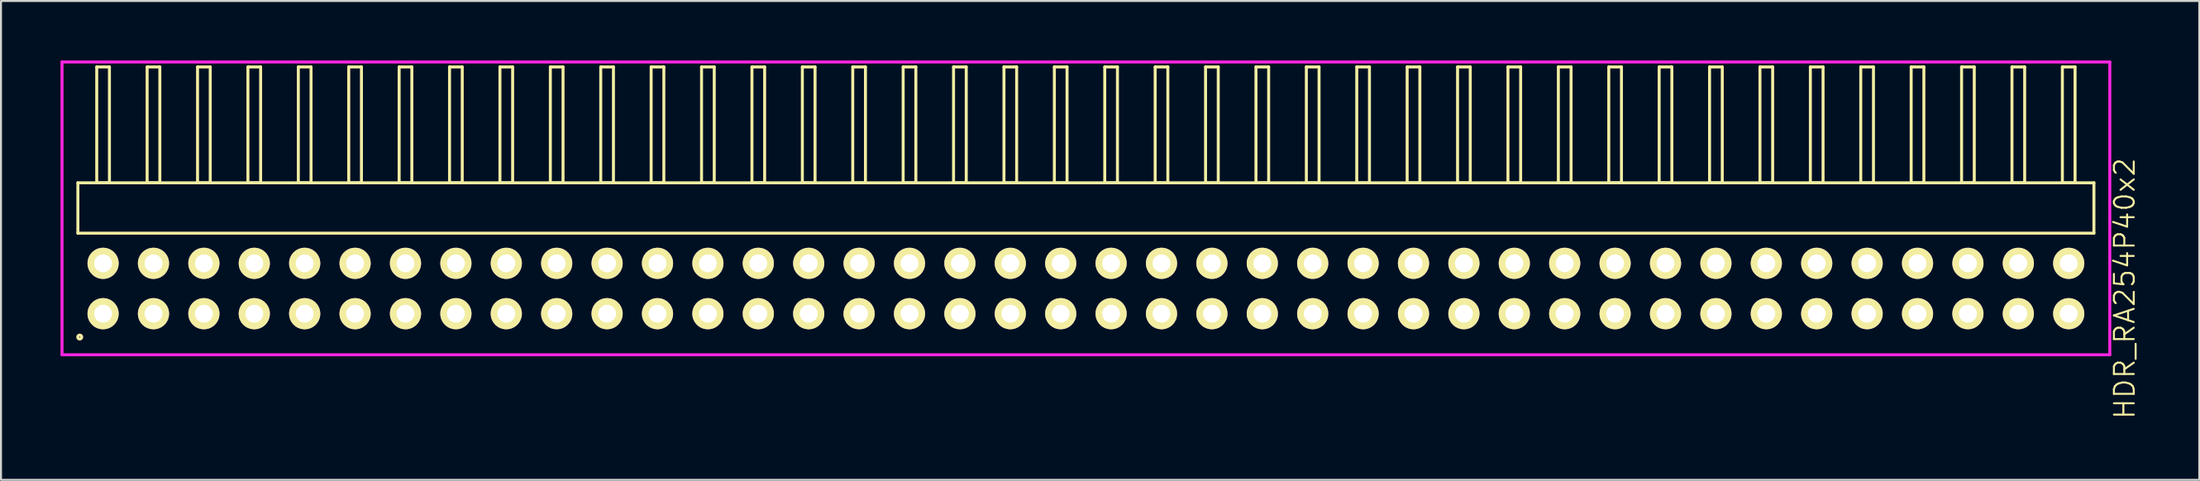
<source format=kicad_pcb>
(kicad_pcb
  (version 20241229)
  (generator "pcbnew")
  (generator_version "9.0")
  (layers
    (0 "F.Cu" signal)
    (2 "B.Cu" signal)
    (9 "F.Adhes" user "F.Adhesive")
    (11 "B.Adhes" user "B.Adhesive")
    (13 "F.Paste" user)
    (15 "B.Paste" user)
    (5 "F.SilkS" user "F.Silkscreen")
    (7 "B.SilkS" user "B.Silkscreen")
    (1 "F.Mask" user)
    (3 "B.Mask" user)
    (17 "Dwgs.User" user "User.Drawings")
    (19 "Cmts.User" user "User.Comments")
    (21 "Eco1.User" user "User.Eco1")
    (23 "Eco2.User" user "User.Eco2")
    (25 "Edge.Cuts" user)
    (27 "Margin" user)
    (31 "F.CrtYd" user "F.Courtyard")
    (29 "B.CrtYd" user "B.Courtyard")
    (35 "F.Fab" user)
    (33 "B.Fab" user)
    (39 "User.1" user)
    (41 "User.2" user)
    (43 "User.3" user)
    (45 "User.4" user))
  (footprint "HDR_RA254P40x2"
    (layer "F.Cu")
    (at 51.675 11.495)
    (property "Reference" "HDR_RA254P40x2" (at 52.35 0 90) (layer "F.SilkS") (effects (font (size 1 1) (thickness 0.1))))
    (attr through_hole)
    (fp_line (start -50.8 -5.33) (end -50.8 -2.79) (stroke (width 0.15) (type solid)) (layer "F.SilkS"))
    (fp_line (start -50.8 -2.79) (end 50.8 -2.79) (stroke (width 0.15) (type solid)) (layer "F.SilkS"))
    (fp_line (start -49.85 -11.17) (end -49.85 -5.33) (stroke (width 0.15) (type solid)) (layer "F.SilkS"))
    (fp_line (start -49.85 -5.33) (end -49.21 -5.33) (stroke (width 0.15) (type solid)) (layer "F.SilkS"))
    (fp_line (start -49.21 -11.17) (end -49.85 -11.17) (stroke (width 0.15) (type solid)) (layer "F.SilkS"))
    (fp_line (start -49.21 -5.33) (end -49.21 -11.17) (stroke (width 0.15) (type solid)) (layer "F.SilkS"))
    (fp_line (start -47.31 -11.17) (end -47.31 -5.33) (stroke (width 0.15) (type solid)) (layer "F.SilkS"))
    (fp_line (start -47.31 -5.33) (end -46.67 -5.33) (stroke (width 0.15) (type solid)) (layer "F.SilkS"))
    (fp_line (start -46.67 -11.17) (end -47.31 -11.17) (stroke (width 0.15) (type solid)) (layer "F.SilkS"))
    (fp_line (start -46.67 -5.33) (end -46.67 -11.17) (stroke (width 0.15) (type solid)) (layer "F.SilkS"))
    (fp_line (start -44.77 -11.17) (end -44.77 -5.33) (stroke (width 0.15) (type solid)) (layer "F.SilkS"))
    (fp_line (start -44.77 -5.33) (end -44.13 -5.33) (stroke (width 0.15) (type solid)) (layer "F.SilkS"))
    (fp_line (start -44.13 -11.17) (end -44.77 -11.17) (stroke (width 0.15) (type solid)) (layer "F.SilkS"))
    (fp_line (start -44.13 -5.33) (end -44.13 -11.17) (stroke (width 0.15) (type solid)) (layer "F.SilkS"))
    (fp_line (start -42.23 -11.17) (end -42.23 -5.33) (stroke (width 0.15) (type solid)) (layer "F.SilkS"))
    (fp_line (start -42.23 -5.33) (end -41.59 -5.33) (stroke (width 0.15) (type solid)) (layer "F.SilkS"))
    (fp_line (start -41.59 -11.17) (end -42.23 -11.17) (stroke (width 0.15) (type solid)) (layer "F.SilkS"))
    (fp_line (start -41.59 -5.33) (end -41.59 -11.17) (stroke (width 0.15) (type solid)) (layer "F.SilkS"))
    (fp_line (start -39.69 -11.17) (end -39.69 -5.33) (stroke (width 0.15) (type solid)) (layer "F.SilkS"))
    (fp_line (start -39.69 -5.33) (end -39.05 -5.33) (stroke (width 0.15) (type solid)) (layer "F.SilkS"))
    (fp_line (start -39.05 -11.17) (end -39.69 -11.17) (stroke (width 0.15) (type solid)) (layer "F.SilkS"))
    (fp_line (start -39.05 -5.33) (end -39.05 -11.17) (stroke (width 0.15) (type solid)) (layer "F.SilkS"))
    (fp_line (start -37.15 -11.17) (end -37.15 -5.33) (stroke (width 0.15) (type solid)) (layer "F.SilkS"))
    (fp_line (start -37.15 -5.33) (end -36.51 -5.33) (stroke (width 0.15) (type solid)) (layer "F.SilkS"))
    (fp_line (start -36.51 -11.17) (end -37.15 -11.17) (stroke (width 0.15) (type solid)) (layer "F.SilkS"))
    (fp_line (start -36.51 -5.33) (end -36.51 -11.17) (stroke (width 0.15) (type solid)) (layer "F.SilkS"))
    (fp_line (start -34.61 -11.17) (end -34.61 -5.33) (stroke (width 0.15) (type solid)) (layer "F.SilkS"))
    (fp_line (start -34.61 -5.33) (end -33.97 -5.33) (stroke (width 0.15) (type solid)) (layer "F.SilkS"))
    (fp_line (start -33.97 -11.17) (end -34.61 -11.17) (stroke (width 0.15) (type solid)) (layer "F.SilkS"))
    (fp_line (start -33.97 -5.33) (end -33.97 -11.17) (stroke (width 0.15) (type solid)) (layer "F.SilkS"))
    (fp_line (start -32.07 -11.17) (end -32.07 -5.33) (stroke (width 0.15) (type solid)) (layer "F.SilkS"))
    (fp_line (start -32.07 -5.33) (end -31.43 -5.33) (stroke (width 0.15) (type solid)) (layer "F.SilkS"))
    (fp_line (start -31.43 -11.17) (end -32.07 -11.17) (stroke (width 0.15) (type solid)) (layer "F.SilkS"))
    (fp_line (start -31.43 -5.33) (end -31.43 -11.17) (stroke (width 0.15) (type solid)) (layer "F.SilkS"))
    (fp_line (start -29.53 -11.17) (end -29.53 -5.33) (stroke (width 0.15) (type solid)) (layer "F.SilkS"))
    (fp_line (start -29.53 -5.33) (end -28.89 -5.33) (stroke (width 0.15) (type solid)) (layer "F.SilkS"))
    (fp_line (start -28.89 -11.17) (end -29.53 -11.17) (stroke (width 0.15) (type solid)) (layer "F.SilkS"))
    (fp_line (start -28.89 -5.33) (end -28.89 -11.17) (stroke (width 0.15) (type solid)) (layer "F.SilkS"))
    (fp_line (start -26.99 -11.17) (end -26.99 -5.33) (stroke (width 0.15) (type solid)) (layer "F.SilkS"))
    (fp_line (start -26.99 -5.33) (end -26.35 -5.33) (stroke (width 0.15) (type solid)) (layer "F.SilkS"))
    (fp_line (start -26.35 -11.17) (end -26.99 -11.17) (stroke (width 0.15) (type solid)) (layer "F.SilkS"))
    (fp_line (start -26.35 -5.33) (end -26.35 -11.17) (stroke (width 0.15) (type solid)) (layer "F.SilkS"))
    (fp_line (start -24.45 -11.17) (end -24.45 -5.33) (stroke (width 0.15) (type solid)) (layer "F.SilkS"))
    (fp_line (start -24.45 -5.33) (end -23.81 -5.33) (stroke (width 0.15) (type solid)) (layer "F.SilkS"))
    (fp_line (start -23.81 -11.17) (end -24.45 -11.17) (stroke (width 0.15) (type solid)) (layer "F.SilkS"))
    (fp_line (start -23.81 -5.33) (end -23.81 -11.17) (stroke (width 0.15) (type solid)) (layer "F.SilkS"))
    (fp_line (start -21.91 -11.17) (end -21.91 -5.33) (stroke (width 0.15) (type solid)) (layer "F.SilkS"))
    (fp_line (start -21.91 -5.33) (end -21.27 -5.33) (stroke (width 0.15) (type solid)) (layer "F.SilkS"))
    (fp_line (start -21.27 -11.17) (end -21.91 -11.17) (stroke (width 0.15) (type solid)) (layer "F.SilkS"))
    (fp_line (start -21.27 -5.33) (end -21.27 -11.17) (stroke (width 0.15) (type solid)) (layer "F.SilkS"))
    (fp_line (start -19.37 -11.17) (end -19.37 -5.33) (stroke (width 0.15) (type solid)) (layer "F.SilkS"))
    (fp_line (start -19.37 -5.33) (end -18.73 -5.33) (stroke (width 0.15) (type solid)) (layer "F.SilkS"))
    (fp_line (start -18.73 -11.17) (end -19.37 -11.17) (stroke (width 0.15) (type solid)) (layer "F.SilkS"))
    (fp_line (start -18.73 -5.33) (end -18.73 -11.17) (stroke (width 0.15) (type solid)) (layer "F.SilkS"))
    (fp_line (start -16.83 -11.17) (end -16.83 -5.33) (stroke (width 0.15) (type solid)) (layer "F.SilkS"))
    (fp_line (start -16.83 -5.33) (end -16.19 -5.33) (stroke (width 0.15) (type solid)) (layer "F.SilkS"))
    (fp_line (start -16.19 -11.17) (end -16.83 -11.17) (stroke (width 0.15) (type solid)) (layer "F.SilkS"))
    (fp_line (start -16.19 -5.33) (end -16.19 -11.17) (stroke (width 0.15) (type solid)) (layer "F.SilkS"))
    (fp_line (start -14.29 -11.17) (end -14.29 -5.33) (stroke (width 0.15) (type solid)) (layer "F.SilkS"))
    (fp_line (start -14.29 -5.33) (end -13.65 -5.33) (stroke (width 0.15) (type solid)) (layer "F.SilkS"))
    (fp_line (start -13.65 -11.17) (end -14.29 -11.17) (stroke (width 0.15) (type solid)) (layer "F.SilkS"))
    (fp_line (start -13.65 -5.33) (end -13.65 -11.17) (stroke (width 0.15) (type solid)) (layer "F.SilkS"))
    (fp_line (start -11.75 -11.17) (end -11.75 -5.33) (stroke (width 0.15) (type solid)) (layer "F.SilkS"))
    (fp_line (start -11.75 -5.33) (end -11.11 -5.33) (stroke (width 0.15) (type solid)) (layer "F.SilkS"))
    (fp_line (start -11.11 -11.17) (end -11.75 -11.17) (stroke (width 0.15) (type solid)) (layer "F.SilkS"))
    (fp_line (start -11.11 -5.33) (end -11.11 -11.17) (stroke (width 0.15) (type solid)) (layer "F.SilkS"))
    (fp_line (start -9.21 -11.17) (end -9.21 -5.33) (stroke (width 0.15) (type solid)) (layer "F.SilkS"))
    (fp_line (start -9.21 -5.33) (end -8.57 -5.33) (stroke (width 0.15) (type solid)) (layer "F.SilkS"))
    (fp_line (start -8.57 -11.17) (end -9.21 -11.17) (stroke (width 0.15) (type solid)) (layer "F.SilkS"))
    (fp_line (start -8.57 -5.33) (end -8.57 -11.17) (stroke (width 0.15) (type solid)) (layer "F.SilkS"))
    (fp_line (start -6.67 -11.17) (end -6.67 -5.33) (stroke (width 0.15) (type solid)) (layer "F.SilkS"))
    (fp_line (start -6.67 -5.33) (end -6.03 -5.33) (stroke (width 0.15) (type solid)) (layer "F.SilkS"))
    (fp_line (start -6.03 -11.17) (end -6.67 -11.17) (stroke (width 0.15) (type solid)) (layer "F.SilkS"))
    (fp_line (start -6.03 -5.33) (end -6.03 -11.17) (stroke (width 0.15) (type solid)) (layer "F.SilkS"))
    (fp_line (start -4.13 -11.17) (end -4.13 -5.33) (stroke (width 0.15) (type solid)) (layer "F.SilkS"))
    (fp_line (start -4.13 -5.33) (end -3.49 -5.33) (stroke (width 0.15) (type solid)) (layer "F.SilkS"))
    (fp_line (start -3.49 -11.17) (end -4.13 -11.17) (stroke (width 0.15) (type solid)) (layer "F.SilkS"))
    (fp_line (start -3.49 -5.33) (end -3.49 -11.17) (stroke (width 0.15) (type solid)) (layer "F.SilkS"))
    (fp_line (start -1.59 -11.17) (end -1.59 -5.33) (stroke (width 0.15) (type solid)) (layer "F.SilkS"))
    (fp_line (start -1.59 -5.33) (end -0.95 -5.33) (stroke (width 0.15) (type solid)) (layer "F.SilkS"))
    (fp_line (start -0.95 -11.17) (end -1.59 -11.17) (stroke (width 0.15) (type solid)) (layer "F.SilkS"))
    (fp_line (start -0.95 -5.33) (end -0.95 -11.17) (stroke (width 0.15) (type solid)) (layer "F.SilkS"))
    (fp_line (start 0.95 -11.17) (end 0.95 -5.33) (stroke (width 0.15) (type solid)) (layer "F.SilkS"))
    (fp_line (start 0.95 -5.33) (end 1.59 -5.33) (stroke (width 0.15) (type solid)) (layer "F.SilkS"))
    (fp_line (start 1.59 -11.17) (end 0.95 -11.17) (stroke (width 0.15) (type solid)) (layer "F.SilkS"))
    (fp_line (start 1.59 -5.33) (end 1.59 -11.17) (stroke (width 0.15) (type solid)) (layer "F.SilkS"))
    (fp_line (start 3.49 -11.17) (end 3.49 -5.33) (stroke (width 0.15) (type solid)) (layer "F.SilkS"))
    (fp_line (start 3.49 -5.33) (end 4.13 -5.33) (stroke (width 0.15) (type solid)) (layer "F.SilkS"))
    (fp_line (start 4.13 -11.17) (end 3.49 -11.17) (stroke (width 0.15) (type solid)) (layer "F.SilkS"))
    (fp_line (start 4.13 -5.33) (end 4.13 -11.17) (stroke (width 0.15) (type solid)) (layer "F.SilkS"))
    (fp_line (start 6.03 -11.17) (end 6.03 -5.33) (stroke (width 0.15) (type solid)) (layer "F.SilkS"))
    (fp_line (start 6.03 -5.33) (end 6.67 -5.33) (stroke (width 0.15) (type solid)) (layer "F.SilkS"))
    (fp_line (start 6.67 -11.17) (end 6.03 -11.17) (stroke (width 0.15) (type solid)) (layer "F.SilkS"))
    (fp_line (start 6.67 -5.33) (end 6.67 -11.17) (stroke (width 0.15) (type solid)) (layer "F.SilkS"))
    (fp_line (start 8.57 -11.17) (end 8.57 -5.33) (stroke (width 0.15) (type solid)) (layer "F.SilkS"))
    (fp_line (start 8.57 -5.33) (end 9.21 -5.33) (stroke (width 0.15) (type solid)) (layer "F.SilkS"))
    (fp_line (start 9.21 -11.17) (end 8.57 -11.17) (stroke (width 0.15) (type solid)) (layer "F.SilkS"))
    (fp_line (start 9.21 -5.33) (end 9.21 -11.17) (stroke (width 0.15) (type solid)) (layer "F.SilkS"))
    (fp_line (start 11.11 -11.17) (end 11.11 -5.33) (stroke (width 0.15) (type solid)) (layer "F.SilkS"))
    (fp_line (start 11.11 -5.33) (end 11.75 -5.33) (stroke (width 0.15) (type solid)) (layer "F.SilkS"))
    (fp_line (start 11.75 -11.17) (end 11.11 -11.17) (stroke (width 0.15) (type solid)) (layer "F.SilkS"))
    (fp_line (start 11.75 -5.33) (end 11.75 -11.17) (stroke (width 0.15) (type solid)) (layer "F.SilkS"))
    (fp_line (start 13.65 -11.17) (end 13.65 -5.33) (stroke (width 0.15) (type solid)) (layer "F.SilkS"))
    (fp_line (start 13.65 -5.33) (end 14.29 -5.33) (stroke (width 0.15) (type solid)) (layer "F.SilkS"))
    (fp_line (start 14.29 -11.17) (end 13.65 -11.17) (stroke (width 0.15) (type solid)) (layer "F.SilkS"))
    (fp_line (start 14.29 -5.33) (end 14.29 -11.17) (stroke (width 0.15) (type solid)) (layer "F.SilkS"))
    (fp_line (start 16.19 -11.17) (end 16.19 -5.33) (stroke (width 0.15) (type solid)) (layer "F.SilkS"))
    (fp_line (start 16.19 -5.33) (end 16.83 -5.33) (stroke (width 0.15) (type solid)) (layer "F.SilkS"))
    (fp_line (start 16.83 -11.17) (end 16.19 -11.17) (stroke (width 0.15) (type solid)) (layer "F.SilkS"))
    (fp_line (start 16.83 -5.33) (end 16.83 -11.17) (stroke (width 0.15) (type solid)) (layer "F.SilkS"))
    (fp_line (start 18.73 -11.17) (end 18.73 -5.33) (stroke (width 0.15) (type solid)) (layer "F.SilkS"))
    (fp_line (start 18.73 -5.33) (end 19.37 -5.33) (stroke (width 0.15) (type solid)) (layer "F.SilkS"))
    (fp_line (start 19.37 -11.17) (end 18.73 -11.17) (stroke (width 0.15) (type solid)) (layer "F.SilkS"))
    (fp_line (start 19.37 -5.33) (end 19.37 -11.17) (stroke (width 0.15) (type solid)) (layer "F.SilkS"))
    (fp_line (start 21.27 -11.17) (end 21.27 -5.33) (stroke (width 0.15) (type solid)) (layer "F.SilkS"))
    (fp_line (start 21.27 -5.33) (end 21.91 -5.33) (stroke (width 0.15) (type solid)) (layer "F.SilkS"))
    (fp_line (start 21.91 -11.17) (end 21.27 -11.17) (stroke (width 0.15) (type solid)) (layer "F.SilkS"))
    (fp_line (start 21.91 -5.33) (end 21.91 -11.17) (stroke (width 0.15) (type solid)) (layer "F.SilkS"))
    (fp_line (start 23.81 -11.17) (end 23.81 -5.33) (stroke (width 0.15) (type solid)) (layer "F.SilkS"))
    (fp_line (start 23.81 -5.33) (end 24.45 -5.33) (stroke (width 0.15) (type solid)) (layer "F.SilkS"))
    (fp_line (start 24.45 -11.17) (end 23.81 -11.17) (stroke (width 0.15) (type solid)) (layer "F.SilkS"))
    (fp_line (start 24.45 -5.33) (end 24.45 -11.17) (stroke (width 0.15) (type solid)) (layer "F.SilkS"))
    (fp_line (start 26.35 -11.17) (end 26.35 -5.33) (stroke (width 0.15) (type solid)) (layer "F.SilkS"))
    (fp_line (start 26.35 -5.33) (end 26.99 -5.33) (stroke (width 0.15) (type solid)) (layer "F.SilkS"))
    (fp_line (start 26.99 -11.17) (end 26.35 -11.17) (stroke (width 0.15) (type solid)) (layer "F.SilkS"))
    (fp_line (start 26.99 -5.33) (end 26.99 -11.17) (stroke (width 0.15) (type solid)) (layer "F.SilkS"))
    (fp_line (start 28.89 -11.17) (end 28.89 -5.33) (stroke (width 0.15) (type solid)) (layer "F.SilkS"))
    (fp_line (start 28.89 -5.33) (end 29.53 -5.33) (stroke (width 0.15) (type solid)) (layer "F.SilkS"))
    (fp_line (start 29.53 -11.17) (end 28.89 -11.17) (stroke (width 0.15) (type solid)) (layer "F.SilkS"))
    (fp_line (start 29.53 -5.33) (end 29.53 -11.17) (stroke (width 0.15) (type solid)) (layer "F.SilkS"))
    (fp_line (start 31.43 -11.17) (end 31.43 -5.33) (stroke (width 0.15) (type solid)) (layer "F.SilkS"))
    (fp_line (start 31.43 -5.33) (end 32.07 -5.33) (stroke (width 0.15) (type solid)) (layer "F.SilkS"))
    (fp_line (start 32.07 -11.17) (end 31.43 -11.17) (stroke (width 0.15) (type solid)) (layer "F.SilkS"))
    (fp_line (start 32.07 -5.33) (end 32.07 -11.17) (stroke (width 0.15) (type solid)) (layer "F.SilkS"))
    (fp_line (start 33.97 -11.17) (end 33.97 -5.33) (stroke (width 0.15) (type solid)) (layer "F.SilkS"))
    (fp_line (start 33.97 -5.33) (end 34.61 -5.33) (stroke (width 0.15) (type solid)) (layer "F.SilkS"))
    (fp_line (start 34.61 -11.17) (end 33.97 -11.17) (stroke (width 0.15) (type solid)) (layer "F.SilkS"))
    (fp_line (start 34.61 -5.33) (end 34.61 -11.17) (stroke (width 0.15) (type solid)) (layer "F.SilkS"))
    (fp_line (start 36.51 -11.17) (end 36.51 -5.33) (stroke (width 0.15) (type solid)) (layer "F.SilkS"))
    (fp_line (start 36.51 -5.33) (end 37.15 -5.33) (stroke (width 0.15) (type solid)) (layer "F.SilkS"))
    (fp_line (start 37.15 -11.17) (end 36.51 -11.17) (stroke (width 0.15) (type solid)) (layer "F.SilkS"))
    (fp_line (start 37.15 -5.33) (end 37.15 -11.17) (stroke (width 0.15) (type solid)) (layer "F.SilkS"))
    (fp_line (start 39.05 -11.17) (end 39.05 -5.33) (stroke (width 0.15) (type solid)) (layer "F.SilkS"))
    (fp_line (start 39.05 -5.33) (end 39.69 -5.33) (stroke (width 0.15) (type solid)) (layer "F.SilkS"))
    (fp_line (start 39.69 -11.17) (end 39.05 -11.17) (stroke (width 0.15) (type solid)) (layer "F.SilkS"))
    (fp_line (start 39.69 -5.33) (end 39.69 -11.17) (stroke (width 0.15) (type solid)) (layer "F.SilkS"))
    (fp_line (start 41.59 -11.17) (end 41.59 -5.33) (stroke (width 0.15) (type solid)) (layer "F.SilkS"))
    (fp_line (start 41.59 -5.33) (end 42.23 -5.33) (stroke (width 0.15) (type solid)) (layer "F.SilkS"))
    (fp_line (start 42.23 -11.17) (end 41.59 -11.17) (stroke (width 0.15) (type solid)) (layer "F.SilkS"))
    (fp_line (start 42.23 -5.33) (end 42.23 -11.17) (stroke (width 0.15) (type solid)) (layer "F.SilkS"))
    (fp_line (start 44.13 -11.17) (end 44.13 -5.33) (stroke (width 0.15) (type solid)) (layer "F.SilkS"))
    (fp_line (start 44.13 -5.33) (end 44.77 -5.33) (stroke (width 0.15) (type solid)) (layer "F.SilkS"))
    (fp_line (start 44.77 -11.17) (end 44.13 -11.17) (stroke (width 0.15) (type solid)) (layer "F.SilkS"))
    (fp_line (start 44.77 -5.33) (end 44.77 -11.17) (stroke (width 0.15) (type solid)) (layer "F.SilkS"))
    (fp_line (start 46.67 -11.17) (end 46.67 -5.33) (stroke (width 0.15) (type solid)) (layer "F.SilkS"))
    (fp_line (start 46.67 -5.33) (end 47.31 -5.33) (stroke (width 0.15) (type solid)) (layer "F.SilkS"))
    (fp_line (start 47.31 -11.17) (end 46.67 -11.17) (stroke (width 0.15) (type solid)) (layer "F.SilkS"))
    (fp_line (start 47.31 -5.33) (end 47.31 -11.17) (stroke (width 0.15) (type solid)) (layer "F.SilkS"))
    (fp_line (start 49.21 -11.17) (end 49.21 -5.33) (stroke (width 0.15) (type solid)) (layer "F.SilkS"))
    (fp_line (start 49.21 -5.33) (end 49.85 -5.33) (stroke (width 0.15) (type solid)) (layer "F.SilkS"))
    (fp_line (start 49.85 -11.17) (end 49.21 -11.17) (stroke (width 0.15) (type solid)) (layer "F.SilkS"))
    (fp_line (start 49.85 -5.33) (end 49.85 -11.17) (stroke (width 0.15) (type solid)) (layer "F.SilkS"))
    (fp_line (start 50.8 -5.33) (end -50.8 -5.33) (stroke (width 0.15) (type solid)) (layer "F.SilkS"))
    (fp_line (start 50.8 -2.79) (end 50.8 -5.33) (stroke (width 0.15) (type solid)) (layer "F.SilkS"))
    (fp_circle (center -50.707 2.448) (end -50.607 2.448) (stroke (width 0.15) (type solid)) (fill no) (layer "F.SilkS"))
    (fp_line (start -51.6 -11.42) (end -51.6 3.34) (stroke (width 0.15) (type solid)) (layer "F.CrtYd"))
    (fp_line (start -51.6 3.34) (end 51.6 3.34) (stroke (width 0.15) (type solid)) (layer "F.CrtYd"))
    (fp_line (start 51.6 -11.42) (end -51.6 -11.42) (stroke (width 0.15) (type solid)) (layer "F.CrtYd"))
    (fp_line (start 51.6 3.34) (end 51.6 -11.42) (stroke (width 0.15) (type solid)) (layer "F.CrtYd"))
    (pad "1" thru_hole oval (at -49.53 1.27) (size 1.57 1.57) (drill 0.9) (layers "*.Cu" "*.Mask" "F.SilkS"))
    (pad "2" thru_hole oval (at -49.53 -1.27) (size 1.57 1.57) (drill 0.9) (layers "*.Cu" "*.Mask" "F.SilkS"))
    (pad "3" thru_hole oval (at -46.99 1.27) (size 1.57 1.57) (drill 0.9) (layers "*.Cu" "*.Mask" "F.SilkS"))
    (pad "4" thru_hole oval (at -46.99 -1.27) (size 1.57 1.57) (drill 0.9) (layers "*.Cu" "*.Mask" "F.SilkS"))
    (pad "5" thru_hole oval (at -44.45 1.27) (size 1.57 1.57) (drill 0.9) (layers "*.Cu" "*.Mask" "F.SilkS"))
    (pad "6" thru_hole oval (at -44.45 -1.27) (size 1.57 1.57) (drill 0.9) (layers "*.Cu" "*.Mask" "F.SilkS"))
    (pad "7" thru_hole oval (at -41.91 1.27) (size 1.57 1.57) (drill 0.9) (layers "*.Cu" "*.Mask" "F.SilkS"))
    (pad "8" thru_hole oval (at -41.91 -1.27) (size 1.57 1.57) (drill 0.9) (layers "*.Cu" "*.Mask" "F.SilkS"))
    (pad "9" thru_hole oval (at -39.37 1.27) (size 1.57 1.57) (drill 0.9) (layers "*.Cu" "*.Mask" "F.SilkS"))
    (pad "10" thru_hole oval (at -39.37 -1.27) (size 1.57 1.57) (drill 0.9) (layers "*.Cu" "*.Mask" "F.SilkS"))
    (pad "11" thru_hole oval (at -36.83 1.27) (size 1.57 1.57) (drill 0.9) (layers "*.Cu" "*.Mask" "F.SilkS"))
    (pad "12" thru_hole oval (at -36.83 -1.27) (size 1.57 1.57) (drill 0.9) (layers "*.Cu" "*.Mask" "F.SilkS"))
    (pad "13" thru_hole oval (at -34.29 1.27) (size 1.57 1.57) (drill 0.9) (layers "*.Cu" "*.Mask" "F.SilkS"))
    (pad "14" thru_hole oval (at -34.29 -1.27) (size 1.57 1.57) (drill 0.9) (layers "*.Cu" "*.Mask" "F.SilkS"))
    (pad "15" thru_hole oval (at -31.75 1.27) (size 1.57 1.57) (drill 0.9) (layers "*.Cu" "*.Mask" "F.SilkS"))
    (pad "16" thru_hole oval (at -31.75 -1.27) (size 1.57 1.57) (drill 0.9) (layers "*.Cu" "*.Mask" "F.SilkS"))
    (pad "17" thru_hole oval (at -29.21 1.27) (size 1.57 1.57) (drill 0.9) (layers "*.Cu" "*.Mask" "F.SilkS"))
    (pad "18" thru_hole oval (at -29.21 -1.27) (size 1.57 1.57) (drill 0.9) (layers "*.Cu" "*.Mask" "F.SilkS"))
    (pad "19" thru_hole oval (at -26.67 1.27) (size 1.57 1.57) (drill 0.9) (layers "*.Cu" "*.Mask" "F.SilkS"))
    (pad "20" thru_hole oval (at -26.67 -1.27) (size 1.57 1.57) (drill 0.9) (layers "*.Cu" "*.Mask" "F.SilkS"))
    (pad "21" thru_hole oval (at -24.13 1.27) (size 1.57 1.57) (drill 0.9) (layers "*.Cu" "*.Mask" "F.SilkS"))
    (pad "22" thru_hole oval (at -24.13 -1.27) (size 1.57 1.57) (drill 0.9) (layers "*.Cu" "*.Mask" "F.SilkS"))
    (pad "23" thru_hole oval (at -21.59 1.27) (size 1.57 1.57) (drill 0.9) (layers "*.Cu" "*.Mask" "F.SilkS"))
    (pad "24" thru_hole oval (at -21.59 -1.27) (size 1.57 1.57) (drill 0.9) (layers "*.Cu" "*.Mask" "F.SilkS"))
    (pad "25" thru_hole oval (at -19.05 1.27) (size 1.57 1.57) (drill 0.9) (layers "*.Cu" "*.Mask" "F.SilkS"))
    (pad "26" thru_hole oval (at -19.05 -1.27) (size 1.57 1.57) (drill 0.9) (layers "*.Cu" "*.Mask" "F.SilkS"))
    (pad "27" thru_hole oval (at -16.51 1.27) (size 1.57 1.57) (drill 0.9) (layers "*.Cu" "*.Mask" "F.SilkS"))
    (pad "28" thru_hole oval (at -16.51 -1.27) (size 1.57 1.57) (drill 0.9) (layers "*.Cu" "*.Mask" "F.SilkS"))
    (pad "29" thru_hole oval (at -13.97 1.27) (size 1.57 1.57) (drill 0.9) (layers "*.Cu" "*.Mask" "F.SilkS"))
    (pad "30" thru_hole oval (at -13.97 -1.27) (size 1.57 1.57) (drill 0.9) (layers "*.Cu" "*.Mask" "F.SilkS"))
    (pad "31" thru_hole oval (at -11.43 1.27) (size 1.57 1.57) (drill 0.9) (layers "*.Cu" "*.Mask" "F.SilkS"))
    (pad "32" thru_hole oval (at -11.43 -1.27) (size 1.57 1.57) (drill 0.9) (layers "*.Cu" "*.Mask" "F.SilkS"))
    (pad "33" thru_hole oval (at -8.89 1.27) (size 1.57 1.57) (drill 0.9) (layers "*.Cu" "*.Mask" "F.SilkS"))
    (pad "34" thru_hole oval (at -8.89 -1.27) (size 1.57 1.57) (drill 0.9) (layers "*.Cu" "*.Mask" "F.SilkS"))
    (pad "35" thru_hole oval (at -6.35 1.27) (size 1.57 1.57) (drill 0.9) (layers "*.Cu" "*.Mask" "F.SilkS"))
    (pad "36" thru_hole oval (at -6.35 -1.27) (size 1.57 1.57) (drill 0.9) (layers "*.Cu" "*.Mask" "F.SilkS"))
    (pad "37" thru_hole oval (at -3.81 1.27) (size 1.57 1.57) (drill 0.9) (layers "*.Cu" "*.Mask" "F.SilkS"))
    (pad "38" thru_hole oval (at -3.81 -1.27) (size 1.57 1.57) (drill 0.9) (layers "*.Cu" "*.Mask" "F.SilkS"))
    (pad "39" thru_hole oval (at -1.27 1.27) (size 1.57 1.57) (drill 0.9) (layers "*.Cu" "*.Mask" "F.SilkS"))
    (pad "40" thru_hole oval (at -1.27 -1.27) (size 1.57 1.57) (drill 0.9) (layers "*.Cu" "*.Mask" "F.SilkS"))
    (pad "41" thru_hole oval (at 1.27 1.27) (size 1.57 1.57) (drill 0.9) (layers "*.Cu" "*.Mask" "F.SilkS"))
    (pad "42" thru_hole oval (at 1.27 -1.27) (size 1.57 1.57) (drill 0.9) (layers "*.Cu" "*.Mask" "F.SilkS"))
    (pad "43" thru_hole oval (at 3.81 1.27) (size 1.57 1.57) (drill 0.9) (layers "*.Cu" "*.Mask" "F.SilkS"))
    (pad "44" thru_hole oval (at 3.81 -1.27) (size 1.57 1.57) (drill 0.9) (layers "*.Cu" "*.Mask" "F.SilkS"))
    (pad "45" thru_hole oval (at 6.35 1.27) (size 1.57 1.57) (drill 0.9) (layers "*.Cu" "*.Mask" "F.SilkS"))
    (pad "46" thru_hole oval (at 6.35 -1.27) (size 1.57 1.57) (drill 0.9) (layers "*.Cu" "*.Mask" "F.SilkS"))
    (pad "47" thru_hole oval (at 8.89 1.27) (size 1.57 1.57) (drill 0.9) (layers "*.Cu" "*.Mask" "F.SilkS"))
    (pad "48" thru_hole oval (at 8.89 -1.27) (size 1.57 1.57) (drill 0.9) (layers "*.Cu" "*.Mask" "F.SilkS"))
    (pad "49" thru_hole oval (at 11.43 1.27) (size 1.57 1.57) (drill 0.9) (layers "*.Cu" "*.Mask" "F.SilkS"))
    (pad "50" thru_hole oval (at 11.43 -1.27) (size 1.57 1.57) (drill 0.9) (layers "*.Cu" "*.Mask" "F.SilkS"))
    (pad "51" thru_hole oval (at 13.97 1.27) (size 1.57 1.57) (drill 0.9) (layers "*.Cu" "*.Mask" "F.SilkS"))
    (pad "52" thru_hole oval (at 13.97 -1.27) (size 1.57 1.57) (drill 0.9) (layers "*.Cu" "*.Mask" "F.SilkS"))
    (pad "53" thru_hole oval (at 16.51 1.27) (size 1.57 1.57) (drill 0.9) (layers "*.Cu" "*.Mask" "F.SilkS"))
    (pad "54" thru_hole oval (at 16.51 -1.27) (size 1.57 1.57) (drill 0.9) (layers "*.Cu" "*.Mask" "F.SilkS"))
    (pad "55" thru_hole oval (at 19.05 1.27) (size 1.57 1.57) (drill 0.9) (layers "*.Cu" "*.Mask" "F.SilkS"))
    (pad "56" thru_hole oval (at 19.05 -1.27) (size 1.57 1.57) (drill 0.9) (layers "*.Cu" "*.Mask" "F.SilkS"))
    (pad "57" thru_hole oval (at 21.59 1.27) (size 1.57 1.57) (drill 0.9) (layers "*.Cu" "*.Mask" "F.SilkS"))
    (pad "58" thru_hole oval (at 21.59 -1.27) (size 1.57 1.57) (drill 0.9) (layers "*.Cu" "*.Mask" "F.SilkS"))
    (pad "59" thru_hole oval (at 24.13 1.27) (size 1.57 1.57) (drill 0.9) (layers "*.Cu" "*.Mask" "F.SilkS"))
    (pad "60" thru_hole oval (at 24.13 -1.27) (size 1.57 1.57) (drill 0.9) (layers "*.Cu" "*.Mask" "F.SilkS"))
    (pad "61" thru_hole oval (at 26.67 1.27) (size 1.57 1.57) (drill 0.9) (layers "*.Cu" "*.Mask" "F.SilkS"))
    (pad "62" thru_hole oval (at 26.67 -1.27) (size 1.57 1.57) (drill 0.9) (layers "*.Cu" "*.Mask" "F.SilkS"))
    (pad "63" thru_hole oval (at 29.21 1.27) (size 1.57 1.57) (drill 0.9) (layers "*.Cu" "*.Mask" "F.SilkS"))
    (pad "64" thru_hole oval (at 29.21 -1.27) (size 1.57 1.57) (drill 0.9) (layers "*.Cu" "*.Mask" "F.SilkS"))
    (pad "65" thru_hole oval (at 31.75 1.27) (size 1.57 1.57) (drill 0.9) (layers "*.Cu" "*.Mask" "F.SilkS"))
    (pad "66" thru_hole oval (at 31.75 -1.27) (size 1.57 1.57) (drill 0.9) (layers "*.Cu" "*.Mask" "F.SilkS"))
    (pad "67" thru_hole oval (at 34.29 1.27) (size 1.57 1.57) (drill 0.9) (layers "*.Cu" "*.Mask" "F.SilkS"))
    (pad "68" thru_hole oval (at 34.29 -1.27) (size 1.57 1.57) (drill 0.9) (layers "*.Cu" "*.Mask" "F.SilkS"))
    (pad "69" thru_hole oval (at 36.83 1.27) (size 1.57 1.57) (drill 0.9) (layers "*.Cu" "*.Mask" "F.SilkS"))
    (pad "70" thru_hole oval (at 36.83 -1.27) (size 1.57 1.57) (drill 0.9) (layers "*.Cu" "*.Mask" "F.SilkS"))
    (pad "71" thru_hole oval (at 39.37 1.27) (size 1.57 1.57) (drill 0.9) (layers "*.Cu" "*.Mask" "F.SilkS"))
    (pad "72" thru_hole oval (at 39.37 -1.27) (size 1.57 1.57) (drill 0.9) (layers "*.Cu" "*.Mask" "F.SilkS"))
    (pad "73" thru_hole oval (at 41.91 1.27) (size 1.57 1.57) (drill 0.9) (layers "*.Cu" "*.Mask" "F.SilkS"))
    (pad "74" thru_hole oval (at 41.91 -1.27) (size 1.57 1.57) (drill 0.9) (layers "*.Cu" "*.Mask" "F.SilkS"))
    (pad "75" thru_hole oval (at 44.45 1.27) (size 1.57 1.57) (drill 0.9) (layers "*.Cu" "*.Mask" "F.SilkS"))
    (pad "76" thru_hole oval (at 44.45 -1.27) (size 1.57 1.57) (drill 0.9) (layers "*.Cu" "*.Mask" "F.SilkS"))
    (pad "77" thru_hole oval (at 46.99 1.27) (size 1.57 1.57) (drill 0.9) (layers "*.Cu" "*.Mask" "F.SilkS"))
    (pad "78" thru_hole oval (at 46.99 -1.27) (size 1.57 1.57) (drill 0.9) (layers "*.Cu" "*.Mask" "F.SilkS"))
    (pad "79" thru_hole oval (at 49.53 1.27) (size 1.57 1.57) (drill 0.9) (layers "*.Cu" "*.Mask" "F.SilkS"))
    (pad "80" thru_hole oval (at 49.53 -1.27) (size 1.57 1.57) (drill 0.9) (layers "*.Cu" "*.Mask" "F.SilkS")))
  (gr_rect
    (start -3 -3)
    (end 107.785 21.14)
    (stroke (width 0.1) (type default))
    (fill no)
    (layer "Edge.Cuts")))
</source>
